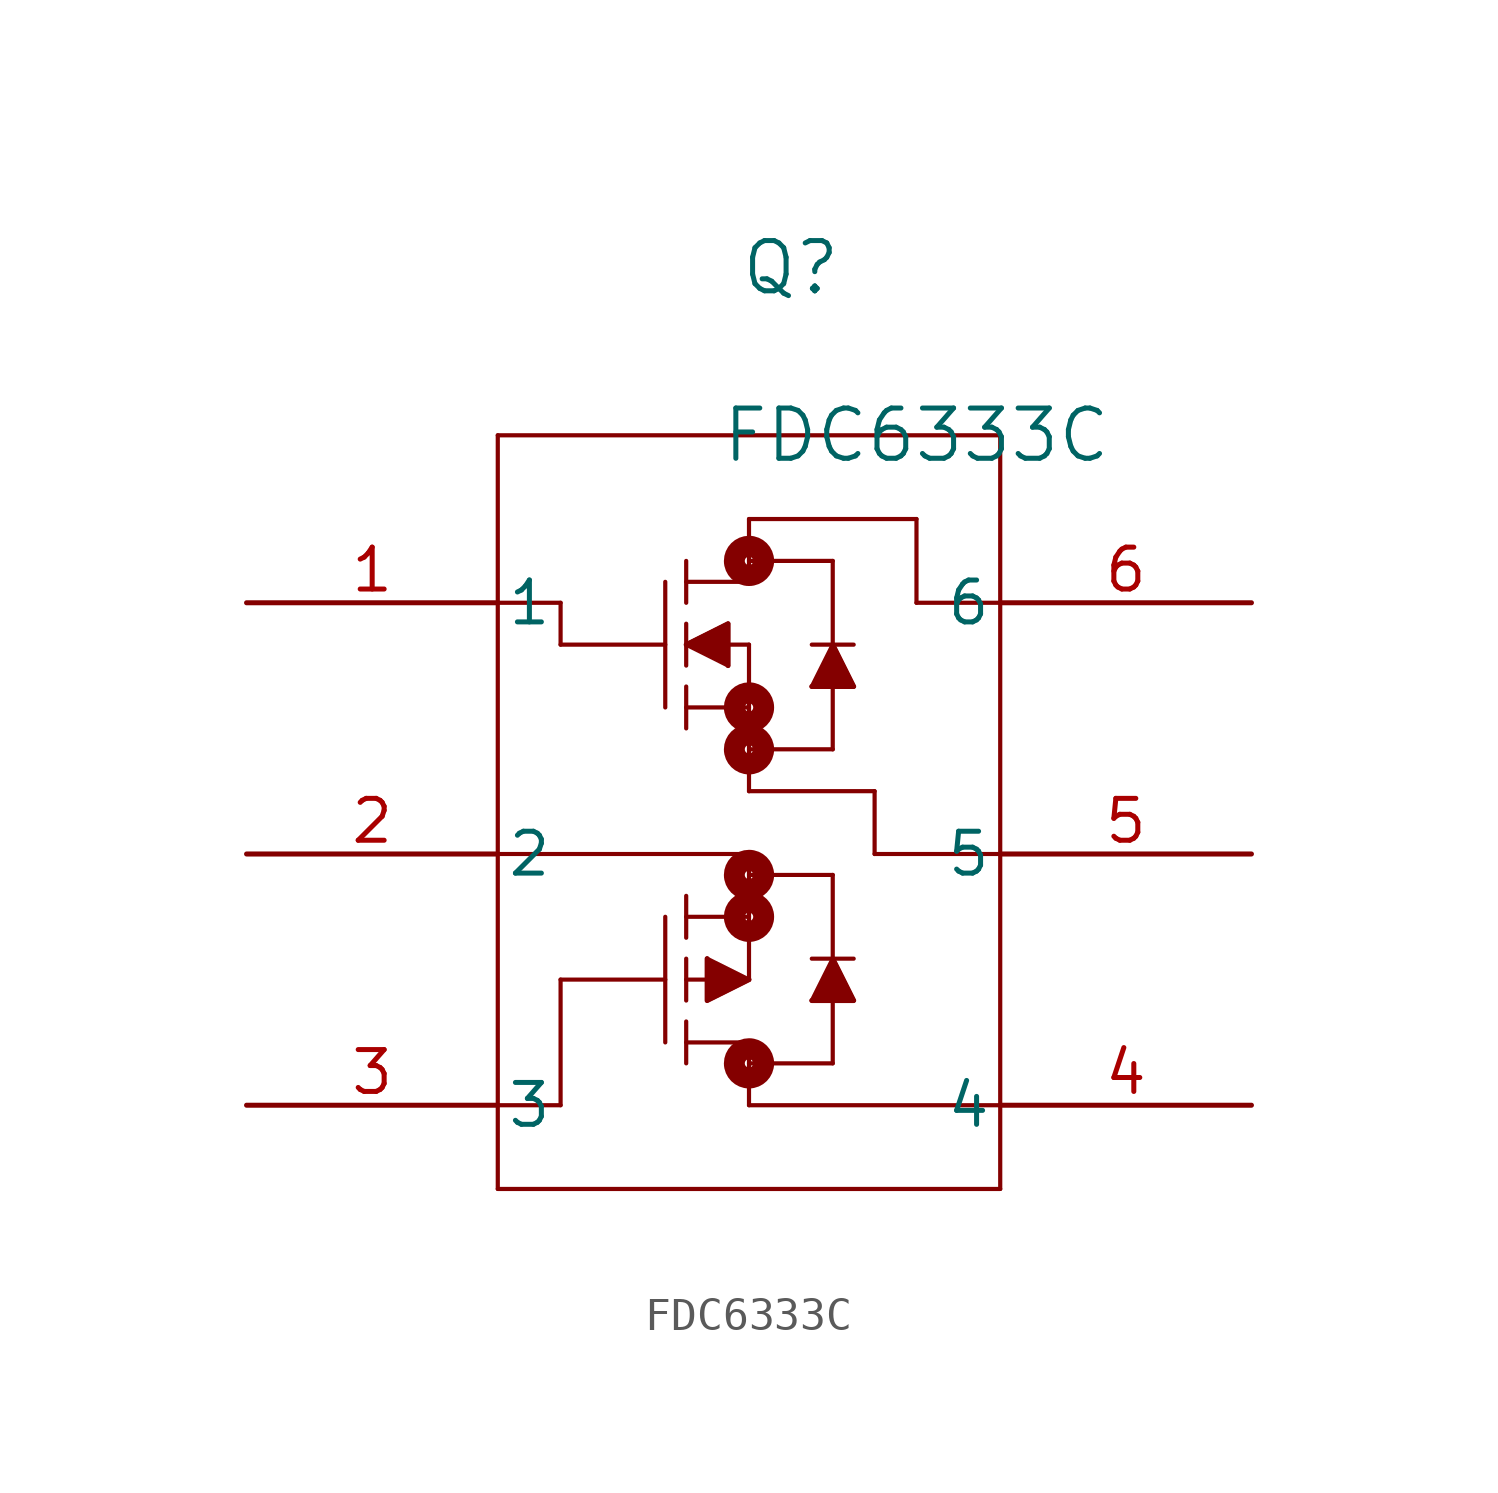
<source format=kicad_sym>
(kicad_symbol_lib
  (version 20211014)
  (generator kicad_symbol_editor)
  (symbol "FDC6333C"
    (pin_names
      (offset 0.254))
    (property "Reference" "Q"
      (at 16.51 10.16 0)
      (effects (font (size 1.524 1.524))))
    (property "Value" "FDC6333C"
      (at 20.32 5.08 0)
      (effects (font (size 1.524 1.524))))
    (symbol "FDC6333C_0_1"
      (polyline (pts (xy 7.62 5.08) (xy 7.62 -17.78)) (stroke (width 0.127) (type default) (color 0 0 0 0)) (fill (type none)))
      (polyline (pts (xy 7.62 -17.78) (xy 22.86 -17.78)) (stroke (width 0.127) (type default) (color 0 0 0 0)) (fill (type none)))
      (polyline (pts (xy 22.86 -17.78) (xy 22.86 5.08)) (stroke (width 0.127) (type default) (color 0 0 0 0)) (fill (type none)))
      (polyline (pts (xy 22.86 5.08) (xy 7.62 5.08)) (stroke (width 0.127) (type default) (color 0 0 0 0)) (fill (type none)))
      (polyline (pts (xy 13.335 -3.81) (xy 13.335 -2.54)) (stroke (width 0.127) (type default) (color 0 0 0 0)) (fill (type none)))
      (polyline (pts (xy 13.335 -1.905) (xy 13.335 -0.635)) (stroke (width 0.127) (type default) (color 0 0 0 0)) (fill (type none)))
      (polyline (pts (xy 13.335 0) (xy 13.335 1.27)) (stroke (width 0.127) (type default) (color 0 0 0 0)) (fill (type none)))
      (polyline (pts (xy 12.7 -3.175) (xy 12.7 0.635)) (stroke (width 0.127) (type default) (color 0 0 0 0)) (fill (type none)))
      (polyline (pts (xy 7.62 0) (xy 9.525 0)) (stroke (width 0.127) (type default) (color 0 0 0 0)) (fill (type none)))
      (polyline (pts (xy 9.525 0) (xy 9.525 -1.27)) (stroke (width 0.127) (type default) (color 0 0 0 0)) (fill (type none)))
      (polyline (pts (xy 9.525 -1.27) (xy 12.7 -1.27)) (stroke (width 0.127) (type default) (color 0 0 0 0)) (fill (type none)))
      (polyline (pts (xy 13.335 0.635) (xy 15.24 0.635)) (stroke (width 0.127) (type default) (color 0 0 0 0)) (fill (type none)))
      (polyline (pts (xy 13.335 -1.27) (xy 15.24 -1.27)) (stroke (width 0.127) (type default) (color 0 0 0 0)) (fill (type none)))
      (polyline (pts (xy 13.335 -3.175) (xy 15.24 -3.175)) (stroke (width 0.127) (type default) (color 0 0 0 0)) (fill (type none)))
      (polyline (pts (xy 15.24 -1.27) (xy 15.24 -5.715)) (stroke (width 0.127) (type default) (color 0 0 0 0)) (fill (type none)))
      (polyline (pts (xy 15.24 0.635) (xy 15.24 2.54)) (stroke (width 0.127) (type default) (color 0 0 0 0)) (fill (type none)))
      (polyline (pts (xy 15.24 2.54) (xy 20.32 2.54)) (stroke (width 0.127) (type default) (color 0 0 0 0)) (fill (type none)))
      (polyline (pts (xy 20.32 0) (xy 22.86 0)) (stroke (width 0.127) (type default) (color 0 0 0 0)) (fill (type none)))
      (polyline (pts (xy 20.32 0) (xy 20.32 2.54)) (stroke (width 0.127) (type default) (color 0 0 0 0)) (fill (type none)))
      (polyline (pts (xy 15.24 1.27) (xy 17.78 1.27)) (stroke (width 0.127) (type default) (color 0 0 0 0)) (fill (type none)))
      (polyline (pts (xy 17.78 1.27) (xy 17.78 -4.445)) (stroke (width 0.127) (type default) (color 0 0 0 0)) (fill (type none)))
      (polyline (pts (xy 15.24 -4.445) (xy 17.78 -4.445)) (stroke (width 0.127) (type default) (color 0 0 0 0)) (fill (type none)))
      (polyline (pts (xy 13.335 -1.27) (xy 14.605 -0.635)) (stroke (width 0.127) (type default) (color 0 0 0 0)) (fill (type none)))
      (polyline (pts (xy 14.605 -0.635) (xy 14.605 -1.905)) (stroke (width 0.127) (type default) (color 0 0 0 0)) (fill (type none)))
      (polyline (pts (xy 14.605 -1.905) (xy 13.335 -1.27)) (stroke (width 0.127) (type default) (color 0 0 0 0)) (fill (type none)))
      (polyline (pts (xy 17.145 -1.27) (xy 18.415 -1.27)) (stroke (width 0.127) (type default) (color 0 0 0 0)) (fill (type none)))
      (polyline (pts (xy 17.78 -1.27) (xy 17.145 -2.54)) (stroke (width 0.127) (type default) (color 0 0 0 0)) (fill (type none)))
      (polyline (pts (xy 17.145 -2.54) (xy 18.415 -2.54)) (stroke (width 0.127) (type default) (color 0 0 0 0)) (fill (type none)))
      (polyline (pts (xy 18.415 -2.54) (xy 17.78 -1.27)) (stroke (width 0.127) (type default) (color 0 0 0 0)) (fill (type none)))
      (polyline (pts (xy 19.05 -7.62) (xy 22.86 -7.62)) (stroke (width 0.127) (type default) (color 0 0 0 0)) (fill (type none)))
      (polyline (pts (xy 19.05 -5.715) (xy 19.05 -7.62)) (stroke (width 0.127) (type default) (color 0 0 0 0)) (fill (type none)))
      (polyline (pts (xy 19.05 -5.715) (xy 15.24 -5.715)) (stroke (width 0.127) (type default) (color 0 0 0 0)) (fill (type none)))
      (circle (center 15.24 -4.445) (radius 0.127) (stroke (width 0.635) (type default) (color 0 0 0 0)) (fill (type none)))
      (circle (center 15.24 -3.175) (radius 0.127) (stroke (width 0.635) (type default) (color 0 0 0 0)) (fill (type none)))
      (circle (center 15.24 1.27) (radius 0.127) (stroke (width 0.635) (type default) (color 0 0 0 0)) (fill (type none)))
      (polyline (pts (xy 13.335 -1.27) (xy 14.605 -0.635) (xy 14.605 -1.905)) (stroke (width 0) (type default) (color 0 0 0 0)) (fill (type outline)))
      (polyline (pts (xy 17.78 -1.27) (xy 18.415 -2.54) (xy 17.145 -2.54)) (stroke (width 0) (type default) (color 0 0 0 0)) (fill (type outline)))
      (polyline (pts (xy 13.335 -8.89) (xy 13.335 -10.16)) (stroke (width 0.127) (type default) (color 0 0 0 0)) (fill (type none)))
      (polyline (pts (xy 13.335 -10.795) (xy 13.335 -12.065)) (stroke (width 0.127) (type default) (color 0 0 0 0)) (fill (type none)))
      (polyline (pts (xy 13.335 -12.7) (xy 13.335 -13.97)) (stroke (width 0.127) (type default) (color 0 0 0 0)) (fill (type none)))
      (polyline (pts (xy 12.7 -9.525) (xy 12.7 -13.335)) (stroke (width 0.127) (type default) (color 0 0 0 0)) (fill (type none)))
      (polyline (pts (xy 13.335 -13.335) (xy 15.24 -13.335)) (stroke (width 0.127) (type default) (color 0 0 0 0)) (fill (type none)))
      (polyline (pts (xy 13.335 -11.43) (xy 15.24 -11.43)) (stroke (width 0.127) (type default) (color 0 0 0 0)) (fill (type none)))
      (polyline (pts (xy 13.335 -9.525) (xy 15.24 -9.525)) (stroke (width 0.127) (type default) (color 0 0 0 0)) (fill (type none)))
      (polyline (pts (xy 15.24 -13.97) (xy 17.78 -13.97)) (stroke (width 0.127) (type default) (color 0 0 0 0)) (fill (type none)))
      (polyline (pts (xy 17.78 -13.97) (xy 17.78 -8.255)) (stroke (width 0.127) (type default) (color 0 0 0 0)) (fill (type none)))
      (polyline (pts (xy 15.24 -8.255) (xy 17.78 -8.255)) (stroke (width 0.127) (type default) (color 0 0 0 0)) (fill (type none)))
      (polyline (pts (xy 15.24 -11.43) (xy 13.97 -12.065) (xy 13.97 -10.795)) (stroke (width 0) (type default) (color 0 0 0 0)) (fill (type outline)))
      (polyline (pts (xy 15.24 -11.43) (xy 13.97 -12.065)) (stroke (width 0.127) (type default) (color 0 0 0 0)) (fill (type none)))
      (polyline (pts (xy 13.97 -12.065) (xy 13.97 -10.795)) (stroke (width 0.127) (type default) (color 0 0 0 0)) (fill (type none)))
      (polyline (pts (xy 17.145 -10.795) (xy 18.415 -10.795)) (stroke (width 0.127) (type default) (color 0 0 0 0)) (fill (type none)))
      (polyline (pts (xy 17.78 -10.795) (xy 17.145 -12.065)) (stroke (width 0.127) (type default) (color 0 0 0 0)) (fill (type none)))
      (polyline (pts (xy 17.145 -12.065) (xy 18.415 -12.065)) (stroke (width 0.127) (type default) (color 0 0 0 0)) (fill (type none)))
      (polyline (pts (xy 18.415 -12.065) (xy 17.78 -10.795)) (stroke (width 0.127) (type default) (color 0 0 0 0)) (fill (type none)))
      (circle (center 15.24 -8.255) (radius 0.127) (stroke (width 0.635) (type default) (color 0 0 0 0)) (fill (type none)))
      (circle (center 15.24 -9.525) (radius 0.127) (stroke (width 0.635) (type default) (color 0 0 0 0)) (fill (type none)))
      (circle (center 15.24 -13.97) (radius 0.127) (stroke (width 0.635) (type default) (color 0 0 0 0)) (fill (type none)))
      (polyline (pts (xy 13.97 -10.795) (xy 15.24 -11.43)) (stroke (width 0.127) (type default) (color 0 0 0 0)) (fill (type none)))
      (polyline (pts (xy 17.78 -10.795) (xy 18.415 -12.065) (xy 17.145 -12.065)) (stroke (width 0) (type default) (color 0 0 0 0)) (fill (type outline)))
      (polyline (pts (xy 7.62 -15.24) (xy 9.525 -15.24)) (stroke (width 0.127) (type default) (color 0 0 0 0)) (fill (type none)))
      (polyline (pts (xy 15.24 -15.24) (xy 15.24 -13.335)) (stroke (width 0.127) (type default) (color 0 0 0 0)) (fill (type none)))
      (polyline (pts (xy 15.24 -11.43) (xy 15.24 -7.62)) (stroke (width 0.127) (type default) (color 0 0 0 0)) (fill (type none)))
      (polyline (pts (xy 15.24 -7.62) (xy 7.62 -7.62)) (stroke (width 0.127) (type default) (color 0 0 0 0)) (fill (type none)))
      (polyline (pts (xy 22.86 -15.24) (xy 15.24 -15.24)) (stroke (width 0.127) (type default) (color 0 0 0 0)) (fill (type none)))
      (polyline (pts (xy 12.7 -11.43) (xy 9.525 -11.43)) (stroke (width 0.127) (type default) (color 0 0 0 0)) (fill (type none)))
      (polyline (pts (xy 9.525 -11.43) (xy 9.525 -15.24)) (stroke (width 0.127) (type default) (color 0 0 0 0)) (fill (type none)))
      (pin unspecified line (at 0 0 0) (length 7.62) (name "1" (effects (font (size 1.27 1.27)))) (number "1" (effects (font (size 1.27 1.27)))))
      (pin unspecified line (at 0 -7.62 0) (length 7.62) (name "2" (effects (font (size 1.27 1.27)))) (number "2" (effects (font (size 1.27 1.27)))))
      (pin unspecified line (at 0 -15.24 0) (length 7.62) (name "3" (effects (font (size 1.27 1.27)))) (number "3" (effects (font (size 1.27 1.27)))))
      (pin unspecified line (at 30.48 -15.24 180) (length 7.62) (name "4" (effects (font (size 1.27 1.27)))) (number "4" (effects (font (size 1.27 1.27)))))
      (pin unspecified line (at 30.48 -7.62 180) (length 7.62) (name "5" (effects (font (size 1.27 1.27)))) (number "5" (effects (font (size 1.27 1.27)))))
      (pin unspecified line (at 30.48 0 180) (length 7.62) (name "6" (effects (font (size 1.27 1.27)))) (number "6" (effects (font (size 1.27 1.27))))))))
</source>
